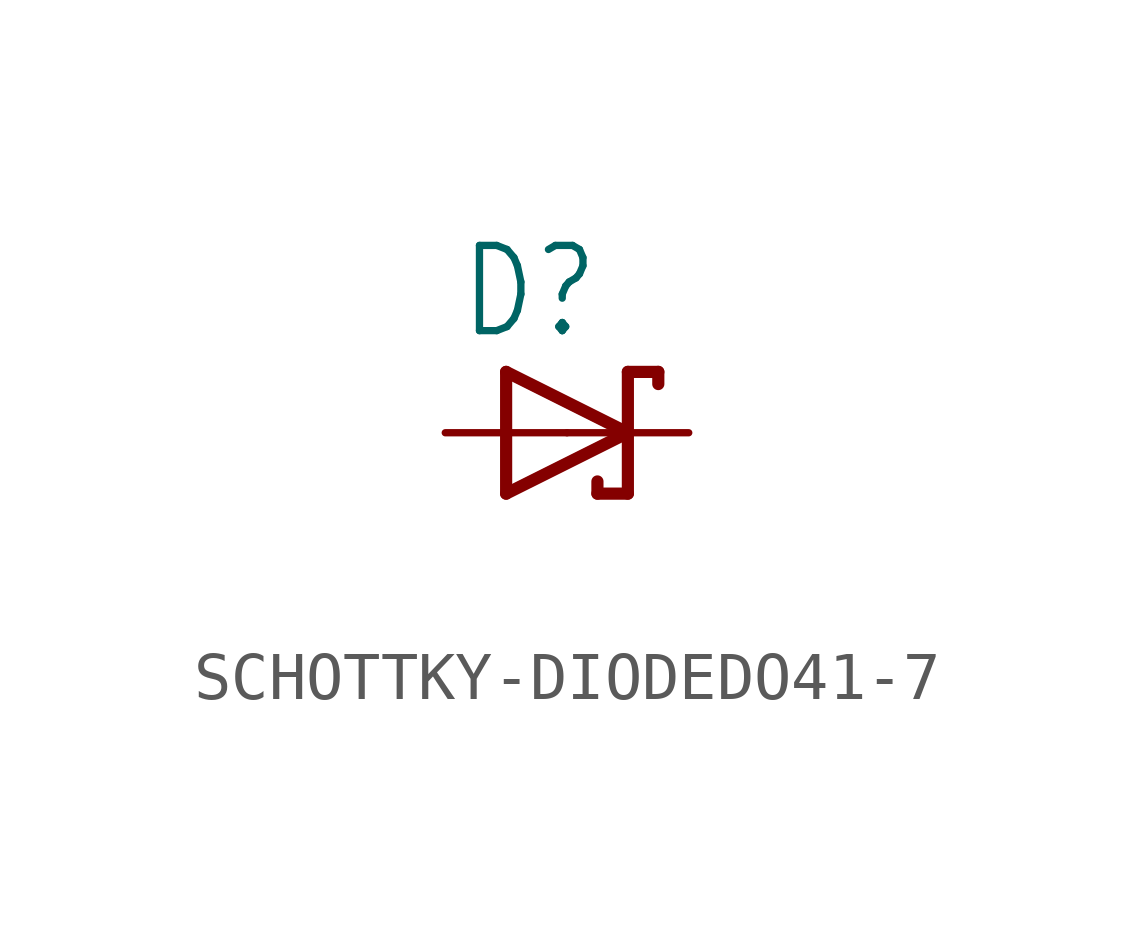
<source format=kicad_sym>
(kicad_symbol_lib
  (version 20220914)
  (generator kicad_symbol_editor)
  (symbol "SCHOTTKY-DIODEDO41-7"
    (property "Reference" "D"
      (at -2.286 1.905 0)
      (effects (font (size 1.778 1.511)) (justify left bottom)))
    (property "Value" ""
      (at -2.286 -3.429 0)
      (effects (font (size 1.778 1.511)) (justify left bottom)))
    (property "ki_locked" ""
      (at 0 0 0)
      (effects (font (size 1.27 1.27))))
    (symbol "SCHOTTKY-DIODEDO41-7_1_0"
      (polyline (pts (xy -1.27 -1.27) (xy 1.27 0)) (stroke (width 0.254) (type solid)) (fill (type none)))
      (polyline (pts (xy -1.27 1.27) (xy -1.27 -1.27)) (stroke (width 0.254) (type solid)) (fill (type none)))
      (polyline (pts (xy 0.635 -1.016) (xy 0.635 -1.27)) (stroke (width 0.254) (type solid)) (fill (type none)))
      (polyline (pts (xy 1.27 -1.27) (xy 0.635 -1.27)) (stroke (width 0.254) (type solid)) (fill (type none)))
      (polyline (pts (xy 1.27 0) (xy -1.27 1.27)) (stroke (width 0.254) (type solid)) (fill (type none)))
      (polyline (pts (xy 1.27 0) (xy 1.27 -1.27)) (stroke (width 0.254) (type solid)) (fill (type none)))
      (polyline (pts (xy 1.27 1.27) (xy 1.27 0)) (stroke (width 0.254) (type solid)) (fill (type none)))
      (polyline (pts (xy 1.905 1.27) (xy 1.27 1.27)) (stroke (width 0.254) (type solid)) (fill (type none)))
      (polyline (pts (xy 1.905 1.27) (xy 1.905 1.016)) (stroke (width 0.254) (type solid)) (fill (type none)))
      (pin passive line (at -2.54 0 0) (length 2.54) (name "A" (effects (font (size 0 0)))) (number "A" (effects (font (size 0 0)))))
      (pin passive line (at 2.54 0 180) (length 2.54) (name "C" (effects (font (size 0 0)))) (number "C" (effects (font (size 0 0))))))))
</source>
